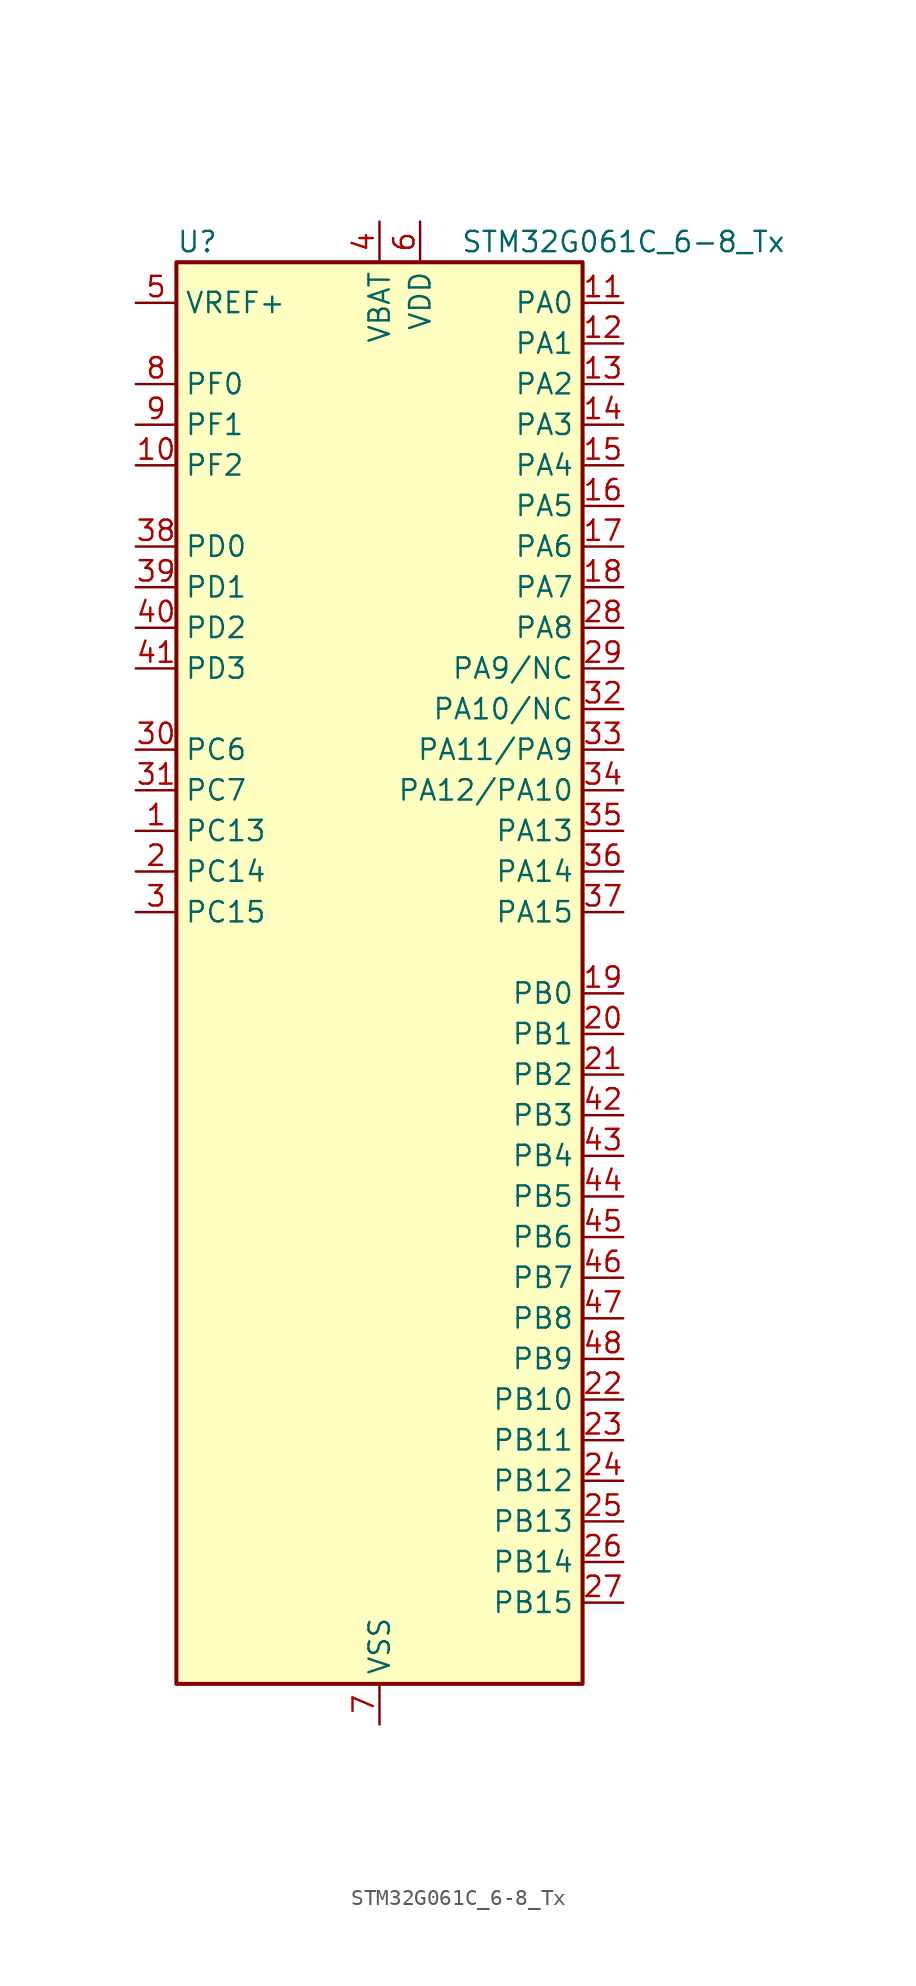
<source format=kicad_sym>
(kicad_symbol_lib
  (version 20220914)
  (generator kicad_symbol_editor)
  (symbol "STM32G061C_6-8_Tx"
    (property "Reference" "U"
      (at -12.7 46.99 0)
      (effects (font (size 1.27 1.27)) (justify left)))
    (property "Value" "STM32G061C_6-8_Tx"
      (at 5.08 46.99 0)
      (effects (font (size 1.27 1.27)) (justify left)))
    (property "ki_locked" ""
      (at 0 0 0)
      (effects (font (size 1.27 1.27))))
    (symbol "STM32G061C_6-8_Tx_0_1"
      (rectangle (start -12.7 -43.18) (end 12.7 45.72) (stroke (width 0.254) (type default)) (fill (type background))))
    (symbol "STM32G061C_6-8_Tx_1_1"
      (pin bidirectional line (at -15.24 10.16 0) (length 2.54) (name "PC13" (effects (font (size 1.27 1.27)))) (number "1" (effects (font (size 1.27 1.27)))) (alternate "RTC_OUT1" bidirectional line) (alternate "RTC_TAMP_IN1" bidirectional line) (alternate "RTC_TS" bidirectional line) (alternate "SYS_WKUP2" bidirectional line) (alternate "TIM1_BK" bidirectional line))
      (pin bidirectional line (at -15.24 33.02 0) (length 2.54) (name "PF2" (effects (font (size 1.27 1.27)))) (number "10" (effects (font (size 1.27 1.27)))) (alternate "RCC_MCO" bidirectional line))
      (pin bidirectional line (at 15.24 43.18 180) (length 2.54) (name "PA0" (effects (font (size 1.27 1.27)))) (number "11" (effects (font (size 1.27 1.27)))) (alternate "ADC1_IN0" bidirectional line) (alternate "COMP1_INM" bidirectional line) (alternate "COMP1_OUT" bidirectional line) (alternate "LPTIM1_OUT" bidirectional line) (alternate "RTC_TAMP_IN2" bidirectional line) (alternate "SPI2_SCK" bidirectional line) (alternate "SYS_WKUP1" bidirectional line) (alternate "TIM2_CH1" bidirectional line) (alternate "TIM2_ETR" bidirectional line) (alternate "USART2_CTS" bidirectional line) (alternate "USART2_NSS" bidirectional line))
      (pin bidirectional line (at 15.24 40.64 180) (length 2.54) (name "PA1" (effects (font (size 1.27 1.27)))) (number "12" (effects (font (size 1.27 1.27)))) (alternate "ADC1_IN1" bidirectional line) (alternate "COMP1_INP" bidirectional line) (alternate "I2C1_SMBA" bidirectional line) (alternate "I2S1_CK" bidirectional line) (alternate "SPI1_SCK" bidirectional line) (alternate "TIM15_CH1N" bidirectional line) (alternate "TIM2_CH2" bidirectional line) (alternate "USART2_CK" bidirectional line) (alternate "USART2_DE" bidirectional line) (alternate "USART2_RTS" bidirectional line))
      (pin bidirectional line (at 15.24 38.1 180) (length 2.54) (name "PA2" (effects (font (size 1.27 1.27)))) (number "13" (effects (font (size 1.27 1.27)))) (alternate "ADC1_IN2" bidirectional line) (alternate "COMP2_INM" bidirectional line) (alternate "COMP2_OUT" bidirectional line) (alternate "I2S1_SD" bidirectional line) (alternate "LPUART1_TX" bidirectional line) (alternate "RCC_LSCO" bidirectional line) (alternate "SPI1_MOSI" bidirectional line) (alternate "SYS_WKUP4" bidirectional line) (alternate "TIM15_CH1" bidirectional line) (alternate "TIM2_CH3" bidirectional line) (alternate "USART2_TX" bidirectional line))
      (pin bidirectional line (at 15.24 35.56 180) (length 2.54) (name "PA3" (effects (font (size 1.27 1.27)))) (number "14" (effects (font (size 1.27 1.27)))) (alternate "ADC1_IN3" bidirectional line) (alternate "COMP2_INP" bidirectional line) (alternate "LPUART1_RX" bidirectional line) (alternate "SPI2_MISO" bidirectional line) (alternate "TIM15_CH2" bidirectional line) (alternate "TIM2_CH4" bidirectional line) (alternate "USART2_RX" bidirectional line))
      (pin bidirectional line (at 15.24 33.02 180) (length 2.54) (name "PA4" (effects (font (size 1.27 1.27)))) (number "15" (effects (font (size 1.27 1.27)))) (alternate "ADC1_IN4" bidirectional line) (alternate "DAC1_OUT1" bidirectional line) (alternate "I2S1_WS" bidirectional line) (alternate "LPTIM2_OUT" bidirectional line) (alternate "RTC_OUT2" bidirectional line) (alternate "SPI1_NSS" bidirectional line) (alternate "SPI2_MOSI" bidirectional line) (alternate "TIM14_CH1" bidirectional line))
      (pin bidirectional line (at 15.24 30.48 180) (length 2.54) (name "PA5" (effects (font (size 1.27 1.27)))) (number "16" (effects (font (size 1.27 1.27)))) (alternate "ADC1_IN5" bidirectional line) (alternate "DAC1_OUT2" bidirectional line) (alternate "I2S1_CK" bidirectional line) (alternate "LPTIM2_ETR" bidirectional line) (alternate "SPI1_SCK" bidirectional line) (alternate "TIM2_CH1" bidirectional line) (alternate "TIM2_ETR" bidirectional line))
      (pin bidirectional line (at 15.24 27.94 180) (length 2.54) (name "PA6" (effects (font (size 1.27 1.27)))) (number "17" (effects (font (size 1.27 1.27)))) (alternate "ADC1_IN6" bidirectional line) (alternate "COMP1_OUT" bidirectional line) (alternate "I2S1_MCK" bidirectional line) (alternate "LPUART1_CTS" bidirectional line) (alternate "SPI1_MISO" bidirectional line) (alternate "TIM16_CH1" bidirectional line) (alternate "TIM1_BK" bidirectional line) (alternate "TIM3_CH1" bidirectional line))
      (pin bidirectional line (at 15.24 25.4 180) (length 2.54) (name "PA7" (effects (font (size 1.27 1.27)))) (number "18" (effects (font (size 1.27 1.27)))) (alternate "ADC1_IN7" bidirectional line) (alternate "COMP2_OUT" bidirectional line) (alternate "I2S1_SD" bidirectional line) (alternate "SPI1_MOSI" bidirectional line) (alternate "TIM14_CH1" bidirectional line) (alternate "TIM17_CH1" bidirectional line) (alternate "TIM1_CH1N" bidirectional line) (alternate "TIM3_CH2" bidirectional line))
      (pin bidirectional line (at 15.24 0 180) (length 2.54) (name "PB0" (effects (font (size 1.27 1.27)))) (number "19" (effects (font (size 1.27 1.27)))) (alternate "ADC1_IN8" bidirectional line) (alternate "COMP1_OUT" bidirectional line) (alternate "I2S1_WS" bidirectional line) (alternate "LPTIM1_OUT" bidirectional line) (alternate "SPI1_NSS" bidirectional line) (alternate "TIM1_CH2N" bidirectional line) (alternate "TIM3_CH3" bidirectional line))
      (pin bidirectional line (at -15.24 7.62 0) (length 2.54) (name "PC14" (effects (font (size 1.27 1.27)))) (number "2" (effects (font (size 1.27 1.27)))) (alternate "RCC_OSC32_IN" bidirectional line) (alternate "TIM1_BK2" bidirectional line))
      (pin bidirectional line (at 15.24 -2.54 180) (length 2.54) (name "PB1" (effects (font (size 1.27 1.27)))) (number "20" (effects (font (size 1.27 1.27)))) (alternate "ADC1_IN9" bidirectional line) (alternate "COMP1_INM" bidirectional line) (alternate "LPTIM2_IN1" bidirectional line) (alternate "LPUART1_DE" bidirectional line) (alternate "LPUART1_RTS" bidirectional line) (alternate "TIM14_CH1" bidirectional line) (alternate "TIM1_CH3N" bidirectional line) (alternate "TIM3_CH4" bidirectional line))
      (pin bidirectional line (at 15.24 -5.08 180) (length 2.54) (name "PB2" (effects (font (size 1.27 1.27)))) (number "21" (effects (font (size 1.27 1.27)))) (alternate "ADC1_IN10" bidirectional line) (alternate "COMP1_INP" bidirectional line) (alternate "LPTIM1_OUT" bidirectional line) (alternate "SPI2_MISO" bidirectional line))
      (pin bidirectional line (at 15.24 -25.4 180) (length 2.54) (name "PB10" (effects (font (size 1.27 1.27)))) (number "22" (effects (font (size 1.27 1.27)))) (alternate "ADC1_IN11" bidirectional line) (alternate "COMP1_OUT" bidirectional line) (alternate "I2C2_SCL" bidirectional line) (alternate "LPUART1_RX" bidirectional line) (alternate "SPI2_SCK" bidirectional line) (alternate "TIM2_CH3" bidirectional line))
      (pin bidirectional line (at 15.24 -27.94 180) (length 2.54) (name "PB11" (effects (font (size 1.27 1.27)))) (number "23" (effects (font (size 1.27 1.27)))) (alternate "ADC1_EXTI11" bidirectional line) (alternate "ADC1_IN15" bidirectional line) (alternate "COMP2_OUT" bidirectional line) (alternate "I2C2_SDA" bidirectional line) (alternate "LPUART1_TX" bidirectional line) (alternate "SPI2_MOSI" bidirectional line) (alternate "TIM2_CH4" bidirectional line))
      (pin bidirectional line (at 15.24 -30.48 180) (length 2.54) (name "PB12" (effects (font (size 1.27 1.27)))) (number "24" (effects (font (size 1.27 1.27)))) (alternate "ADC1_IN16" bidirectional line) (alternate "LPUART1_DE" bidirectional line) (alternate "LPUART1_RTS" bidirectional line) (alternate "SPI2_NSS" bidirectional line) (alternate "TIM15_BK" bidirectional line) (alternate "TIM1_BK" bidirectional line))
      (pin bidirectional line (at 15.24 -33.02 180) (length 2.54) (name "PB13" (effects (font (size 1.27 1.27)))) (number "25" (effects (font (size 1.27 1.27)))) (alternate "I2C2_SCL" bidirectional line) (alternate "LPUART1_CTS" bidirectional line) (alternate "SPI2_SCK" bidirectional line) (alternate "TIM15_CH1N" bidirectional line) (alternate "TIM1_CH1N" bidirectional line))
      (pin bidirectional line (at 15.24 -35.56 180) (length 2.54) (name "PB14" (effects (font (size 1.27 1.27)))) (number "26" (effects (font (size 1.27 1.27)))) (alternate "I2C2_SDA" bidirectional line) (alternate "SPI2_MISO" bidirectional line) (alternate "TIM15_CH1" bidirectional line) (alternate "TIM1_CH2N" bidirectional line))
      (pin bidirectional line (at 15.24 -38.1 180) (length 2.54) (name "PB15" (effects (font (size 1.27 1.27)))) (number "27" (effects (font (size 1.27 1.27)))) (alternate "RTC_REFIN" bidirectional line) (alternate "SPI2_MOSI" bidirectional line) (alternate "TIM15_CH1N" bidirectional line) (alternate "TIM15_CH2" bidirectional line) (alternate "TIM1_CH3N" bidirectional line))
      (pin bidirectional line (at 15.24 22.86 180) (length 2.54) (name "PA8" (effects (font (size 1.27 1.27)))) (number "28" (effects (font (size 1.27 1.27)))) (alternate "LPTIM2_OUT" bidirectional line) (alternate "RCC_MCO" bidirectional line) (alternate "SPI2_NSS" bidirectional line) (alternate "TIM1_CH1" bidirectional line))
      (pin bidirectional line (at 15.24 20.32 180) (length 2.54) (name "PA9/NC" (effects (font (size 1.27 1.27)))) (number "29" (effects (font (size 1.27 1.27)))) (alternate "DAC1_EXTI9" bidirectional line) (alternate "I2C1_SCL" bidirectional line) (alternate "RCC_MCO" bidirectional line) (alternate "SPI2_MISO" bidirectional line) (alternate "TIM15_BK" bidirectional line) (alternate "TIM1_CH2" bidirectional line) (alternate "USART1_TX" bidirectional line))
      (pin bidirectional line (at -15.24 5.08 0) (length 2.54) (name "PC15" (effects (font (size 1.27 1.27)))) (number "3" (effects (font (size 1.27 1.27)))) (alternate "RCC_OSC32_EN" bidirectional line) (alternate "RCC_OSC32_OUT" bidirectional line) (alternate "RCC_OSC_EN" bidirectional line) (alternate "TIM15_BK" bidirectional line))
      (pin bidirectional line (at -15.24 15.24 0) (length 2.54) (name "PC6" (effects (font (size 1.27 1.27)))) (number "30" (effects (font (size 1.27 1.27)))) (alternate "TIM2_CH3" bidirectional line) (alternate "TIM3_CH1" bidirectional line))
      (pin bidirectional line (at -15.24 12.7 0) (length 2.54) (name "PC7" (effects (font (size 1.27 1.27)))) (number "31" (effects (font (size 1.27 1.27)))) (alternate "TIM2_CH4" bidirectional line) (alternate "TIM3_CH2" bidirectional line))
      (pin bidirectional line (at 15.24 17.78 180) (length 2.54) (name "PA10/NC" (effects (font (size 1.27 1.27)))) (number "32" (effects (font (size 1.27 1.27)))) (alternate "I2C1_SDA" bidirectional line) (alternate "SPI2_MOSI" bidirectional line) (alternate "TIM17_BK" bidirectional line) (alternate "TIM1_CH3" bidirectional line) (alternate "USART1_RX" bidirectional line))
      (pin bidirectional line (at 15.24 15.24 180) (length 2.54) (name "PA11/PA9" (effects (font (size 1.27 1.27)))) (number "33" (effects (font (size 1.27 1.27)))) (alternate "ADC1_EXTI11" bidirectional line) (alternate "COMP1_OUT" bidirectional line) (alternate "I2C2_SCL" bidirectional line) (alternate "I2S1_MCK" bidirectional line) (alternate "SPI1_MISO" bidirectional line) (alternate "TIM1_BK2" bidirectional line) (alternate "TIM1_CH4" bidirectional line) (alternate "USART1_CTS" bidirectional line) (alternate "USART1_NSS" bidirectional line))
      (pin bidirectional line (at 15.24 12.7 180) (length 2.54) (name "PA12/PA10" (effects (font (size 1.27 1.27)))) (number "34" (effects (font (size 1.27 1.27)))) (alternate "COMP2_OUT" bidirectional line) (alternate "I2C2_SDA" bidirectional line) (alternate "I2S1_SD" bidirectional line) (alternate "I2S_CKIN" bidirectional line) (alternate "SPI1_MOSI" bidirectional line) (alternate "TIM1_ETR" bidirectional line) (alternate "USART1_CK" bidirectional line) (alternate "USART1_DE" bidirectional line) (alternate "USART1_RTS" bidirectional line))
      (pin bidirectional line (at 15.24 10.16 180) (length 2.54) (name "PA13" (effects (font (size 1.27 1.27)))) (number "35" (effects (font (size 1.27 1.27)))) (alternate "ADC1_IN17" bidirectional line) (alternate "IR_OUT" bidirectional line) (alternate "SYS_SWDIO" bidirectional line))
      (pin bidirectional line (at 15.24 7.62 180) (length 2.54) (name "PA14" (effects (font (size 1.27 1.27)))) (number "36" (effects (font (size 1.27 1.27)))) (alternate "ADC1_IN18" bidirectional line) (alternate "SYS_SWCLK" bidirectional line) (alternate "USART2_TX" bidirectional line))
      (pin bidirectional line (at 15.24 5.08 180) (length 2.54) (name "PA15" (effects (font (size 1.27 1.27)))) (number "37" (effects (font (size 1.27 1.27)))) (alternate "I2S1_WS" bidirectional line) (alternate "SPI1_NSS" bidirectional line) (alternate "TIM2_CH1" bidirectional line) (alternate "TIM2_ETR" bidirectional line) (alternate "USART2_RX" bidirectional line))
      (pin bidirectional line (at -15.24 27.94 0) (length 2.54) (name "PD0" (effects (font (size 1.27 1.27)))) (number "38" (effects (font (size 1.27 1.27)))) (alternate "SPI2_NSS" bidirectional line) (alternate "TIM16_CH1" bidirectional line))
      (pin bidirectional line (at -15.24 25.4 0) (length 2.54) (name "PD1" (effects (font (size 1.27 1.27)))) (number "39" (effects (font (size 1.27 1.27)))) (alternate "SPI2_SCK" bidirectional line) (alternate "TIM17_CH1" bidirectional line))
      (pin power_in line (at 0 48.26 270) (length 2.54) (name "VBAT" (effects (font (size 1.27 1.27)))) (number "4" (effects (font (size 1.27 1.27)))))
      (pin bidirectional line (at -15.24 22.86 0) (length 2.54) (name "PD2" (effects (font (size 1.27 1.27)))) (number "40" (effects (font (size 1.27 1.27)))) (alternate "TIM1_CH1N" bidirectional line) (alternate "TIM3_ETR" bidirectional line))
      (pin bidirectional line (at -15.24 20.32 0) (length 2.54) (name "PD3" (effects (font (size 1.27 1.27)))) (number "41" (effects (font (size 1.27 1.27)))) (alternate "SPI2_MISO" bidirectional line) (alternate "TIM1_CH2N" bidirectional line) (alternate "USART2_CTS" bidirectional line) (alternate "USART2_NSS" bidirectional line))
      (pin bidirectional line (at 15.24 -7.62 180) (length 2.54) (name "PB3" (effects (font (size 1.27 1.27)))) (number "42" (effects (font (size 1.27 1.27)))) (alternate "COMP2_INM" bidirectional line) (alternate "I2S1_CK" bidirectional line) (alternate "SPI1_SCK" bidirectional line) (alternate "TIM1_CH2" bidirectional line) (alternate "TIM2_CH2" bidirectional line) (alternate "USART1_CK" bidirectional line) (alternate "USART1_DE" bidirectional line) (alternate "USART1_RTS" bidirectional line))
      (pin bidirectional line (at 15.24 -10.16 180) (length 2.54) (name "PB4" (effects (font (size 1.27 1.27)))) (number "43" (effects (font (size 1.27 1.27)))) (alternate "COMP2_INP" bidirectional line) (alternate "I2S1_MCK" bidirectional line) (alternate "SPI1_MISO" bidirectional line) (alternate "TIM17_BK" bidirectional line) (alternate "TIM3_CH1" bidirectional line) (alternate "USART1_CTS" bidirectional line) (alternate "USART1_NSS" bidirectional line))
      (pin bidirectional line (at 15.24 -12.7 180) (length 2.54) (name "PB5" (effects (font (size 1.27 1.27)))) (number "44" (effects (font (size 1.27 1.27)))) (alternate "COMP2_OUT" bidirectional line) (alternate "I2C1_SMBA" bidirectional line) (alternate "I2S1_SD" bidirectional line) (alternate "LPTIM1_IN1" bidirectional line) (alternate "SPI1_MOSI" bidirectional line) (alternate "SYS_WKUP6" bidirectional line) (alternate "TIM16_BK" bidirectional line) (alternate "TIM3_CH2" bidirectional line))
      (pin bidirectional line (at 15.24 -15.24 180) (length 2.54) (name "PB6" (effects (font (size 1.27 1.27)))) (number "45" (effects (font (size 1.27 1.27)))) (alternate "COMP2_INP" bidirectional line) (alternate "I2C1_SCL" bidirectional line) (alternate "LPTIM1_ETR" bidirectional line) (alternate "SPI2_MISO" bidirectional line) (alternate "TIM16_CH1N" bidirectional line) (alternate "TIM1_CH3" bidirectional line) (alternate "USART1_TX" bidirectional line))
      (pin bidirectional line (at 15.24 -17.78 180) (length 2.54) (name "PB7" (effects (font (size 1.27 1.27)))) (number "46" (effects (font (size 1.27 1.27)))) (alternate "COMP2_INM" bidirectional line) (alternate "I2C1_SDA" bidirectional line) (alternate "LPTIM1_IN2" bidirectional line) (alternate "SPI2_MOSI" bidirectional line) (alternate "SYS_PVD_IN" bidirectional line) (alternate "TIM17_CH1N" bidirectional line) (alternate "USART1_RX" bidirectional line))
      (pin bidirectional line (at 15.24 -20.32 180) (length 2.54) (name "PB8" (effects (font (size 1.27 1.27)))) (number "47" (effects (font (size 1.27 1.27)))) (alternate "I2C1_SCL" bidirectional line) (alternate "SPI2_SCK" bidirectional line) (alternate "TIM15_BK" bidirectional line) (alternate "TIM16_CH1" bidirectional line))
      (pin bidirectional line (at 15.24 -22.86 180) (length 2.54) (name "PB9" (effects (font (size 1.27 1.27)))) (number "48" (effects (font (size 1.27 1.27)))) (alternate "DAC1_EXTI9" bidirectional line) (alternate "I2C1_SDA" bidirectional line) (alternate "IR_OUT" bidirectional line) (alternate "SPI2_NSS" bidirectional line) (alternate "TIM17_CH1" bidirectional line))
      (pin input line (at -15.24 43.18 0) (length 2.54) (name "VREF+" (effects (font (size 1.27 1.27)))) (number "5" (effects (font (size 1.27 1.27)))) (alternate "VREFBUF_OUT" bidirectional line))
      (pin power_in line (at 2.54 48.26 270) (length 2.54) (name "VDD" (effects (font (size 1.27 1.27)))) (number "6" (effects (font (size 1.27 1.27)))))
      (pin power_in line (at 0 -45.72 90) (length 2.54) (name "VSS" (effects (font (size 1.27 1.27)))) (number "7" (effects (font (size 1.27 1.27)))))
      (pin bidirectional line (at -15.24 38.1 0) (length 2.54) (name "PF0" (effects (font (size 1.27 1.27)))) (number "8" (effects (font (size 1.27 1.27)))) (alternate "RCC_OSC_IN" bidirectional line) (alternate "TIM14_CH1" bidirectional line))
      (pin bidirectional line (at -15.24 35.56 0) (length 2.54) (name "PF1" (effects (font (size 1.27 1.27)))) (number "9" (effects (font (size 1.27 1.27)))) (alternate "RCC_OSC_EN" bidirectional line) (alternate "RCC_OSC_OUT" bidirectional line) (alternate "TIM15_CH1N" bidirectional line)))))
</source>
